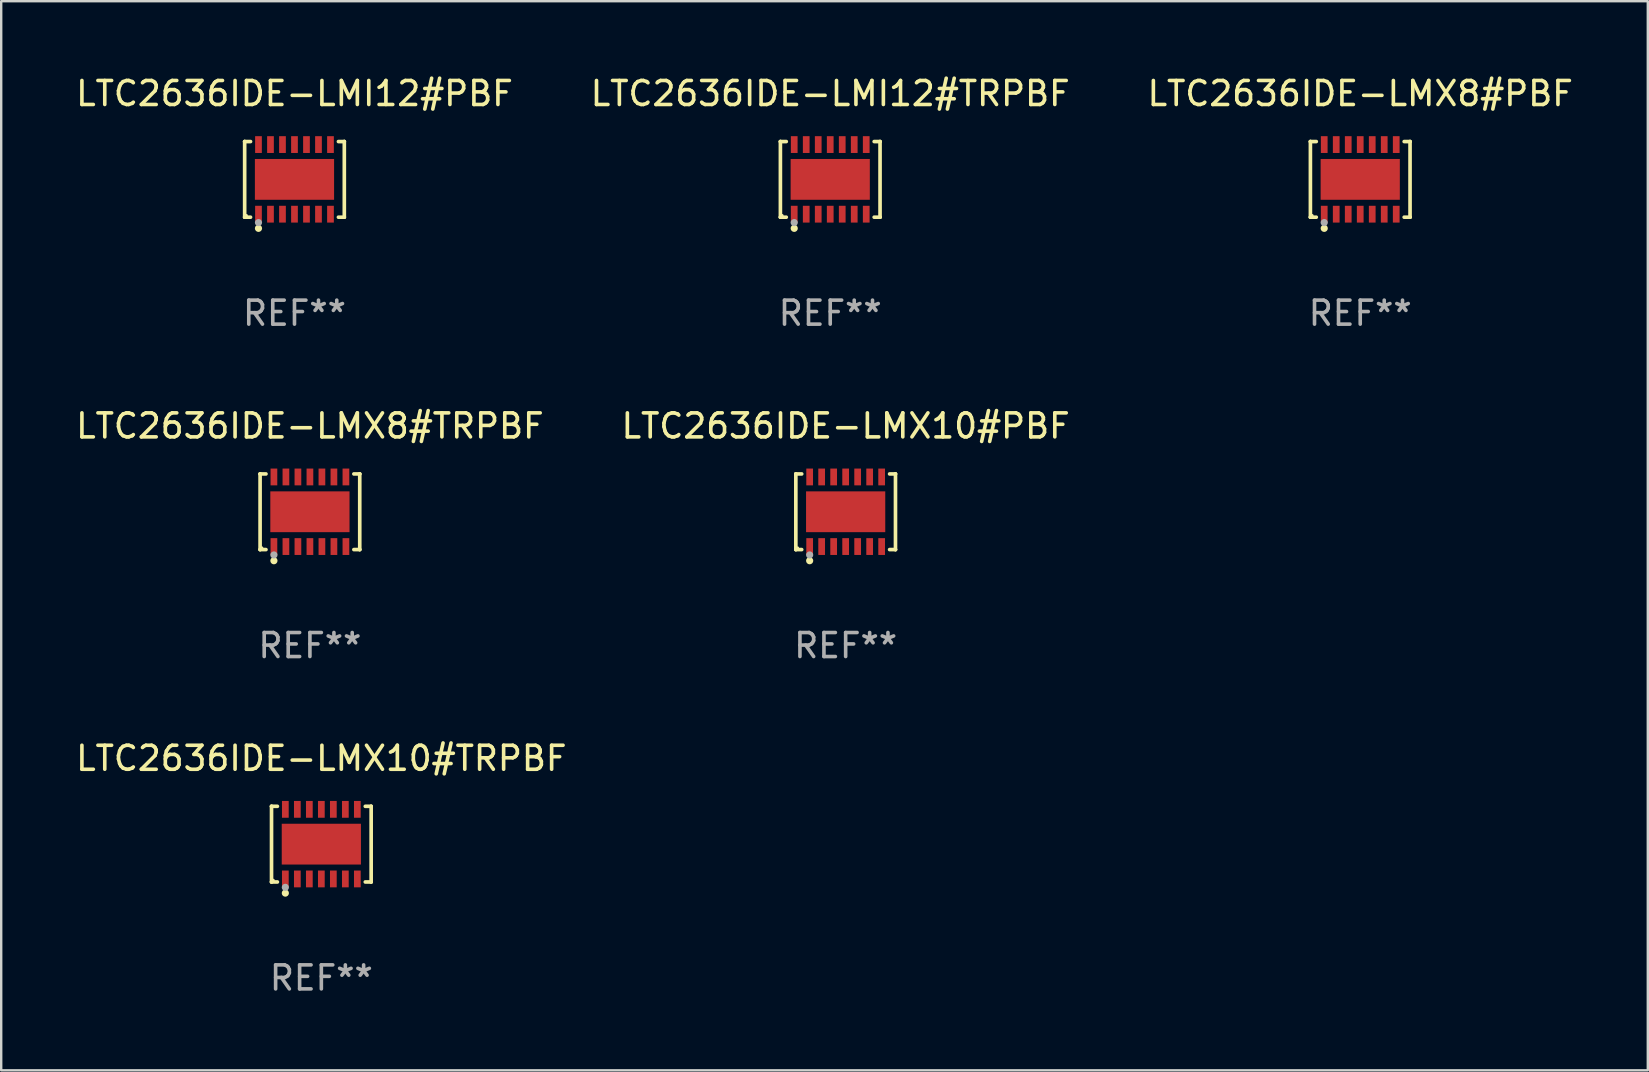
<source format=kicad_pcb>
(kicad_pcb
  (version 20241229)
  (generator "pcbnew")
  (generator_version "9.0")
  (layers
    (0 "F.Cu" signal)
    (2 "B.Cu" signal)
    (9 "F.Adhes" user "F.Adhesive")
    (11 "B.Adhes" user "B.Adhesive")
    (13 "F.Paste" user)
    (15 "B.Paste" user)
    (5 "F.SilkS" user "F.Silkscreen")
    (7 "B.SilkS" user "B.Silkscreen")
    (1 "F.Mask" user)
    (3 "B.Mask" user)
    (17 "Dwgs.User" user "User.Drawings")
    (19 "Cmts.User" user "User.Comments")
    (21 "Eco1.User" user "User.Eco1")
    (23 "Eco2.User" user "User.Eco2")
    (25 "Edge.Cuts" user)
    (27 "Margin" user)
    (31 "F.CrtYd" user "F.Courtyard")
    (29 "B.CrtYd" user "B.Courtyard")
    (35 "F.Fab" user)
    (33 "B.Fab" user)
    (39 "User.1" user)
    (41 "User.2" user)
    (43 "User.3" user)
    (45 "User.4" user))
  (footprint "LTC2636IDE-LMX8#TRPBF"
    (layer "F.Cu")
    (at 9.863 18.273)
    (property "Reference" "LTC2636IDE-LMX8#TRPBF" (at 0 -3.576 0) (layer "F.SilkS") (effects (font (size 1 1) (thickness 0.15))))
    (attr through_hole)
    (fp_line (start -2.076 -1.576) (end -2.076 -1.576) (stroke (width 0.152) (type solid)) (layer "F.SilkS"))
    (fp_line (start -2.076 -1.576) (end -1.831 -1.576) (stroke (width 0.152) (type solid)) (layer "F.SilkS"))
    (fp_line (start -2.076 1.576) (end -2.076 -1.576) (stroke (width 0.152) (type solid)) (layer "F.SilkS"))
    (fp_line (start -2.076 1.576) (end -2.076 1.576) (stroke (width 0.152) (type solid)) (layer "F.SilkS"))
    (fp_line (start -1.831 1.576) (end -2.076 1.576) (stroke (width 0.152) (type solid)) (layer "F.SilkS"))
    (fp_line (start 1.831 1.576) (end 2.076 1.576) (stroke (width 0.152) (type solid)) (layer "F.SilkS"))
    (fp_line (start 2.076 -1.576) (end 1.831 -1.576) (stroke (width 0.152) (type solid)) (layer "F.SilkS"))
    (fp_line (start 2.076 -1.576) (end 2.076 -1.576) (stroke (width 0.152) (type solid)) (layer "F.SilkS"))
    (fp_line (start 2.076 1.576) (end 2.076 -1.576) (stroke (width 0.152) (type solid)) (layer "F.SilkS"))
    (fp_line (start 2.076 1.576) (end 2.076 1.576) (stroke (width 0.152) (type solid)) (layer "F.SilkS"))
    (fp_circle (center -2 1.5) (end -1.97 1.5) (stroke (width 0.06) (type solid)) (fill no) (layer "F.SilkS"))
    (fp_circle (center -1.5 2.04) (end -1.425 2.04) (stroke (width 0.15) (type solid)) (fill no) (layer "F.SilkS"))
    (fp_circle (center -1.5 1.8) (end -1.425 1.8) (stroke (width 0.15) (type solid)) (fill no) (layer "F.Fab"))
    (fp_text user "REF**" (at 0 5.576 0) (layer "F.Fab") (effects (font (size 1 1) (thickness 0.15))))
    (pad "1" smd rect (at -1.5 1.45) (size 0.28 0.7) (layers "F.Cu" "F.Mask" "F.Paste"))
    (pad "2" smd rect (at -1 1.45) (size 0.28 0.7) (layers "F.Cu" "F.Mask" "F.Paste"))
    (pad "3" smd rect (at -0.5 1.45) (size 0.28 0.7) (layers "F.Cu" "F.Mask" "F.Paste"))
    (pad "4" smd rect (at 0 1.45) (size 0.28 0.7) (layers "F.Cu" "F.Mask" "F.Paste"))
    (pad "5" smd rect (at 0.5 1.45) (size 0.28 0.7) (layers "F.Cu" "F.Mask" "F.Paste"))
    (pad "6" smd rect (at 1 1.45) (size 0.28 0.7) (layers "F.Cu" "F.Mask" "F.Paste"))
    (pad "7" smd rect (at 1.5 1.45) (size 0.28 0.7) (layers "F.Cu" "F.Mask" "F.Paste"))
    (pad "8" smd rect (at 1.5 -1.45) (size 0.28 0.7) (layers "F.Cu" "F.Mask" "F.Paste"))
    (pad "9" smd rect (at 1 -1.45) (size 0.28 0.7) (layers "F.Cu" "F.Mask" "F.Paste"))
    (pad "10" smd rect (at 0.5 -1.45) (size 0.28 0.7) (layers "F.Cu" "F.Mask" "F.Paste"))
    (pad "11" smd rect (at 0 -1.45) (size 0.28 0.7) (layers "F.Cu" "F.Mask" "F.Paste"))
    (pad "12" smd rect (at -0.5 -1.45) (size 0.28 0.7) (layers "F.Cu" "F.Mask" "F.Paste"))
    (pad "13" smd rect (at -1 -1.45) (size 0.28 0.7) (layers "F.Cu" "F.Mask" "F.Paste"))
    (pad "14" smd rect (at -1.5 -1.45) (size 0.28 0.7) (layers "F.Cu" "F.Mask" "F.Paste"))
    (pad "15" smd rect (at 0 0) (size 3.3 1.7) (layers "F.Cu" "F.Mask" "F.Paste")))
  (footprint "LTC2636IDE-LMX8#PBF"
    (layer "F.Cu")
    (at 53.625 4.424)
    (property "Reference" "LTC2636IDE-LMX8#PBF" (at 0 -3.576 0) (layer "F.SilkS") (effects (font (size 1 1) (thickness 0.15))))
    (attr through_hole)
    (fp_line (start -2.076 -1.576) (end -2.076 -1.576) (stroke (width 0.152) (type solid)) (layer "F.SilkS"))
    (fp_line (start -2.076 -1.576) (end -1.831 -1.576) (stroke (width 0.152) (type solid)) (layer "F.SilkS"))
    (fp_line (start -2.076 1.576) (end -2.076 -1.576) (stroke (width 0.152) (type solid)) (layer "F.SilkS"))
    (fp_line (start -2.076 1.576) (end -2.076 1.576) (stroke (width 0.152) (type solid)) (layer "F.SilkS"))
    (fp_line (start -1.831 1.576) (end -2.076 1.576) (stroke (width 0.152) (type solid)) (layer "F.SilkS"))
    (fp_line (start 1.831 1.576) (end 2.076 1.576) (stroke (width 0.152) (type solid)) (layer "F.SilkS"))
    (fp_line (start 2.076 -1.576) (end 1.831 -1.576) (stroke (width 0.152) (type solid)) (layer "F.SilkS"))
    (fp_line (start 2.076 -1.576) (end 2.076 -1.576) (stroke (width 0.152) (type solid)) (layer "F.SilkS"))
    (fp_line (start 2.076 1.576) (end 2.076 -1.576) (stroke (width 0.152) (type solid)) (layer "F.SilkS"))
    (fp_line (start 2.076 1.576) (end 2.076 1.576) (stroke (width 0.152) (type solid)) (layer "F.SilkS"))
    (fp_circle (center -2 1.5) (end -1.97 1.5) (stroke (width 0.06) (type solid)) (fill no) (layer "F.SilkS"))
    (fp_circle (center -1.5 2.04) (end -1.425 2.04) (stroke (width 0.15) (type solid)) (fill no) (layer "F.SilkS"))
    (fp_circle (center -1.5 1.8) (end -1.425 1.8) (stroke (width 0.15) (type solid)) (fill no) (layer "F.Fab"))
    (fp_text user "REF**" (at 0 5.576 0) (layer "F.Fab") (effects (font (size 1 1) (thickness 0.15))))
    (pad "1" smd rect (at -1.5 1.45) (size 0.28 0.7) (layers "F.Cu" "F.Mask" "F.Paste"))
    (pad "2" smd rect (at -1 1.45) (size 0.28 0.7) (layers "F.Cu" "F.Mask" "F.Paste"))
    (pad "3" smd rect (at -0.5 1.45) (size 0.28 0.7) (layers "F.Cu" "F.Mask" "F.Paste"))
    (pad "4" smd rect (at 0 1.45) (size 0.28 0.7) (layers "F.Cu" "F.Mask" "F.Paste"))
    (pad "5" smd rect (at 0.5 1.45) (size 0.28 0.7) (layers "F.Cu" "F.Mask" "F.Paste"))
    (pad "6" smd rect (at 1 1.45) (size 0.28 0.7) (layers "F.Cu" "F.Mask" "F.Paste"))
    (pad "7" smd rect (at 1.5 1.45) (size 0.28 0.7) (layers "F.Cu" "F.Mask" "F.Paste"))
    (pad "8" smd rect (at 1.5 -1.45) (size 0.28 0.7) (layers "F.Cu" "F.Mask" "F.Paste"))
    (pad "9" smd rect (at 1 -1.45) (size 0.28 0.7) (layers "F.Cu" "F.Mask" "F.Paste"))
    (pad "10" smd rect (at 0.5 -1.45) (size 0.28 0.7) (layers "F.Cu" "F.Mask" "F.Paste"))
    (pad "11" smd rect (at 0 -1.45) (size 0.28 0.7) (layers "F.Cu" "F.Mask" "F.Paste"))
    (pad "12" smd rect (at -0.5 -1.45) (size 0.28 0.7) (layers "F.Cu" "F.Mask" "F.Paste"))
    (pad "13" smd rect (at -1 -1.45) (size 0.28 0.7) (layers "F.Cu" "F.Mask" "F.Paste"))
    (pad "14" smd rect (at -1.5 -1.45) (size 0.28 0.7) (layers "F.Cu" "F.Mask" "F.Paste"))
    (pad "15" smd rect (at 0 0) (size 3.3 1.7) (layers "F.Cu" "F.Mask" "F.Paste")))
  (footprint "LTC2636IDE-LMI12#PBF"
    (layer "F.Cu")
    (at 9.22 4.424)
    (property "Reference" "LTC2636IDE-LMI12#PBF" (at 0 -3.576 0) (layer "F.SilkS") (effects (font (size 1 1) (thickness 0.15))))
    (attr through_hole)
    (fp_line (start -2.076 -1.576) (end -2.076 -1.576) (stroke (width 0.152) (type solid)) (layer "F.SilkS"))
    (fp_line (start -2.076 -1.576) (end -1.831 -1.576) (stroke (width 0.152) (type solid)) (layer "F.SilkS"))
    (fp_line (start -2.076 1.576) (end -2.076 -1.576) (stroke (width 0.152) (type solid)) (layer "F.SilkS"))
    (fp_line (start -2.076 1.576) (end -2.076 1.576) (stroke (width 0.152) (type solid)) (layer "F.SilkS"))
    (fp_line (start -1.831 1.576) (end -2.076 1.576) (stroke (width 0.152) (type solid)) (layer "F.SilkS"))
    (fp_line (start 1.831 1.576) (end 2.076 1.576) (stroke (width 0.152) (type solid)) (layer "F.SilkS"))
    (fp_line (start 2.076 -1.576) (end 1.831 -1.576) (stroke (width 0.152) (type solid)) (layer "F.SilkS"))
    (fp_line (start 2.076 -1.576) (end 2.076 -1.576) (stroke (width 0.152) (type solid)) (layer "F.SilkS"))
    (fp_line (start 2.076 1.576) (end 2.076 -1.576) (stroke (width 0.152) (type solid)) (layer "F.SilkS"))
    (fp_line (start 2.076 1.576) (end 2.076 1.576) (stroke (width 0.152) (type solid)) (layer "F.SilkS"))
    (fp_circle (center -2 1.5) (end -1.97 1.5) (stroke (width 0.06) (type solid)) (fill no) (layer "F.SilkS"))
    (fp_circle (center -1.5 2.04) (end -1.425 2.04) (stroke (width 0.15) (type solid)) (fill no) (layer "F.SilkS"))
    (fp_circle (center -1.5 1.8) (end -1.425 1.8) (stroke (width 0.15) (type solid)) (fill no) (layer "F.Fab"))
    (fp_text user "REF**" (at 0 5.576 0) (layer "F.Fab") (effects (font (size 1 1) (thickness 0.15))))
    (pad "1" smd rect (at -1.5 1.45) (size 0.28 0.7) (layers "F.Cu" "F.Mask" "F.Paste"))
    (pad "2" smd rect (at -1 1.45) (size 0.28 0.7) (layers "F.Cu" "F.Mask" "F.Paste"))
    (pad "3" smd rect (at -0.5 1.45) (size 0.28 0.7) (layers "F.Cu" "F.Mask" "F.Paste"))
    (pad "4" smd rect (at 0 1.45) (size 0.28 0.7) (layers "F.Cu" "F.Mask" "F.Paste"))
    (pad "5" smd rect (at 0.5 1.45) (size 0.28 0.7) (layers "F.Cu" "F.Mask" "F.Paste"))
    (pad "6" smd rect (at 1 1.45) (size 0.28 0.7) (layers "F.Cu" "F.Mask" "F.Paste"))
    (pad "7" smd rect (at 1.5 1.45) (size 0.28 0.7) (layers "F.Cu" "F.Mask" "F.Paste"))
    (pad "8" smd rect (at 1.5 -1.45) (size 0.28 0.7) (layers "F.Cu" "F.Mask" "F.Paste"))
    (pad "9" smd rect (at 1 -1.45) (size 0.28 0.7) (layers "F.Cu" "F.Mask" "F.Paste"))
    (pad "10" smd rect (at 0.5 -1.45) (size 0.28 0.7) (layers "F.Cu" "F.Mask" "F.Paste"))
    (pad "11" smd rect (at 0 -1.45) (size 0.28 0.7) (layers "F.Cu" "F.Mask" "F.Paste"))
    (pad "12" smd rect (at -0.5 -1.45) (size 0.28 0.7) (layers "F.Cu" "F.Mask" "F.Paste"))
    (pad "13" smd rect (at -1 -1.45) (size 0.28 0.7) (layers "F.Cu" "F.Mask" "F.Paste"))
    (pad "14" smd rect (at -1.5 -1.45) (size 0.28 0.7) (layers "F.Cu" "F.Mask" "F.Paste"))
    (pad "15" smd rect (at 0 0) (size 3.3 1.7) (layers "F.Cu" "F.Mask" "F.Paste")))
  (footprint "LTC2636IDE-LMI12#TRPBF"
    (layer "F.Cu")
    (at 31.542 4.424)
    (property "Reference" "LTC2636IDE-LMI12#TRPBF" (at 0 -3.576 0) (layer "F.SilkS") (effects (font (size 1 1) (thickness 0.15))))
    (attr through_hole)
    (fp_line (start -2.076 -1.576) (end -2.076 -1.576) (stroke (width 0.152) (type solid)) (layer "F.SilkS"))
    (fp_line (start -2.076 -1.576) (end -1.831 -1.576) (stroke (width 0.152) (type solid)) (layer "F.SilkS"))
    (fp_line (start -2.076 1.576) (end -2.076 -1.576) (stroke (width 0.152) (type solid)) (layer "F.SilkS"))
    (fp_line (start -2.076 1.576) (end -2.076 1.576) (stroke (width 0.152) (type solid)) (layer "F.SilkS"))
    (fp_line (start -1.831 1.576) (end -2.076 1.576) (stroke (width 0.152) (type solid)) (layer "F.SilkS"))
    (fp_line (start 1.831 1.576) (end 2.076 1.576) (stroke (width 0.152) (type solid)) (layer "F.SilkS"))
    (fp_line (start 2.076 -1.576) (end 1.831 -1.576) (stroke (width 0.152) (type solid)) (layer "F.SilkS"))
    (fp_line (start 2.076 -1.576) (end 2.076 -1.576) (stroke (width 0.152) (type solid)) (layer "F.SilkS"))
    (fp_line (start 2.076 1.576) (end 2.076 -1.576) (stroke (width 0.152) (type solid)) (layer "F.SilkS"))
    (fp_line (start 2.076 1.576) (end 2.076 1.576) (stroke (width 0.152) (type solid)) (layer "F.SilkS"))
    (fp_circle (center -2 1.5) (end -1.97 1.5) (stroke (width 0.06) (type solid)) (fill no) (layer "F.SilkS"))
    (fp_circle (center -1.5 2.04) (end -1.425 2.04) (stroke (width 0.15) (type solid)) (fill no) (layer "F.SilkS"))
    (fp_circle (center -1.5 1.8) (end -1.425 1.8) (stroke (width 0.15) (type solid)) (fill no) (layer "F.Fab"))
    (fp_text user "REF**" (at 0 5.576 0) (layer "F.Fab") (effects (font (size 1 1) (thickness 0.15))))
    (pad "1" smd rect (at -1.5 1.45) (size 0.28 0.7) (layers "F.Cu" "F.Mask" "F.Paste"))
    (pad "2" smd rect (at -1 1.45) (size 0.28 0.7) (layers "F.Cu" "F.Mask" "F.Paste"))
    (pad "3" smd rect (at -0.5 1.45) (size 0.28 0.7) (layers "F.Cu" "F.Mask" "F.Paste"))
    (pad "4" smd rect (at 0 1.45) (size 0.28 0.7) (layers "F.Cu" "F.Mask" "F.Paste"))
    (pad "5" smd rect (at 0.5 1.45) (size 0.28 0.7) (layers "F.Cu" "F.Mask" "F.Paste"))
    (pad "6" smd rect (at 1 1.45) (size 0.28 0.7) (layers "F.Cu" "F.Mask" "F.Paste"))
    (pad "7" smd rect (at 1.5 1.45) (size 0.28 0.7) (layers "F.Cu" "F.Mask" "F.Paste"))
    (pad "8" smd rect (at 1.5 -1.45) (size 0.28 0.7) (layers "F.Cu" "F.Mask" "F.Paste"))
    (pad "9" smd rect (at 1 -1.45) (size 0.28 0.7) (layers "F.Cu" "F.Mask" "F.Paste"))
    (pad "10" smd rect (at 0.5 -1.45) (size 0.28 0.7) (layers "F.Cu" "F.Mask" "F.Paste"))
    (pad "11" smd rect (at 0 -1.45) (size 0.28 0.7) (layers "F.Cu" "F.Mask" "F.Paste"))
    (pad "12" smd rect (at -0.5 -1.45) (size 0.28 0.7) (layers "F.Cu" "F.Mask" "F.Paste"))
    (pad "13" smd rect (at -1 -1.45) (size 0.28 0.7) (layers "F.Cu" "F.Mask" "F.Paste"))
    (pad "14" smd rect (at -1.5 -1.45) (size 0.28 0.7) (layers "F.Cu" "F.Mask" "F.Paste"))
    (pad "15" smd rect (at 0 0) (size 3.3 1.7) (layers "F.Cu" "F.Mask" "F.Paste")))
  (footprint "LTC2636IDE-LMX10#PBF"
    (layer "F.Cu")
    (at 32.185 18.273)
    (property "Reference" "LTC2636IDE-LMX10#PBF" (at 0 -3.576 0) (layer "F.SilkS") (effects (font (size 1 1) (thickness 0.15))))
    (attr through_hole)
    (fp_line (start -2.076 -1.576) (end -2.076 -1.576) (stroke (width 0.152) (type solid)) (layer "F.SilkS"))
    (fp_line (start -2.076 -1.576) (end -1.831 -1.576) (stroke (width 0.152) (type solid)) (layer "F.SilkS"))
    (fp_line (start -2.076 1.576) (end -2.076 -1.576) (stroke (width 0.152) (type solid)) (layer "F.SilkS"))
    (fp_line (start -2.076 1.576) (end -2.076 1.576) (stroke (width 0.152) (type solid)) (layer "F.SilkS"))
    (fp_line (start -1.831 1.576) (end -2.076 1.576) (stroke (width 0.152) (type solid)) (layer "F.SilkS"))
    (fp_line (start 1.831 1.576) (end 2.076 1.576) (stroke (width 0.152) (type solid)) (layer "F.SilkS"))
    (fp_line (start 2.076 -1.576) (end 1.831 -1.576) (stroke (width 0.152) (type solid)) (layer "F.SilkS"))
    (fp_line (start 2.076 -1.576) (end 2.076 -1.576) (stroke (width 0.152) (type solid)) (layer "F.SilkS"))
    (fp_line (start 2.076 1.576) (end 2.076 -1.576) (stroke (width 0.152) (type solid)) (layer "F.SilkS"))
    (fp_line (start 2.076 1.576) (end 2.076 1.576) (stroke (width 0.152) (type solid)) (layer "F.SilkS"))
    (fp_circle (center -2 1.5) (end -1.97 1.5) (stroke (width 0.06) (type solid)) (fill no) (layer "F.SilkS"))
    (fp_circle (center -1.5 2.04) (end -1.425 2.04) (stroke (width 0.15) (type solid)) (fill no) (layer "F.SilkS"))
    (fp_circle (center -1.5 1.8) (end -1.425 1.8) (stroke (width 0.15) (type solid)) (fill no) (layer "F.Fab"))
    (fp_text user "REF**" (at 0 5.576 0) (layer "F.Fab") (effects (font (size 1 1) (thickness 0.15))))
    (pad "1" smd rect (at -1.5 1.45) (size 0.28 0.7) (layers "F.Cu" "F.Mask" "F.Paste"))
    (pad "2" smd rect (at -1 1.45) (size 0.28 0.7) (layers "F.Cu" "F.Mask" "F.Paste"))
    (pad "3" smd rect (at -0.5 1.45) (size 0.28 0.7) (layers "F.Cu" "F.Mask" "F.Paste"))
    (pad "4" smd rect (at 0 1.45) (size 0.28 0.7) (layers "F.Cu" "F.Mask" "F.Paste"))
    (pad "5" smd rect (at 0.5 1.45) (size 0.28 0.7) (layers "F.Cu" "F.Mask" "F.Paste"))
    (pad "6" smd rect (at 1 1.45) (size 0.28 0.7) (layers "F.Cu" "F.Mask" "F.Paste"))
    (pad "7" smd rect (at 1.5 1.45) (size 0.28 0.7) (layers "F.Cu" "F.Mask" "F.Paste"))
    (pad "8" smd rect (at 1.5 -1.45) (size 0.28 0.7) (layers "F.Cu" "F.Mask" "F.Paste"))
    (pad "9" smd rect (at 1 -1.45) (size 0.28 0.7) (layers "F.Cu" "F.Mask" "F.Paste"))
    (pad "10" smd rect (at 0.5 -1.45) (size 0.28 0.7) (layers "F.Cu" "F.Mask" "F.Paste"))
    (pad "11" smd rect (at 0 -1.45) (size 0.28 0.7) (layers "F.Cu" "F.Mask" "F.Paste"))
    (pad "12" smd rect (at -0.5 -1.45) (size 0.28 0.7) (layers "F.Cu" "F.Mask" "F.Paste"))
    (pad "13" smd rect (at -1 -1.45) (size 0.28 0.7) (layers "F.Cu" "F.Mask" "F.Paste"))
    (pad "14" smd rect (at -1.5 -1.45) (size 0.28 0.7) (layers "F.Cu" "F.Mask" "F.Paste"))
    (pad "15" smd rect (at 0 0) (size 3.3 1.7) (layers "F.Cu" "F.Mask" "F.Paste")))
  (footprint "LTC2636IDE-LMX10#TRPBF"
    (layer "F.Cu")
    (at 10.339 32.122)
    (property "Reference" "LTC2636IDE-LMX10#TRPBF" (at 0 -3.576 0) (layer "F.SilkS") (effects (font (size 1 1) (thickness 0.15))))
    (attr through_hole)
    (fp_line (start -2.076 -1.576) (end -2.076 -1.576) (stroke (width 0.152) (type solid)) (layer "F.SilkS"))
    (fp_line (start -2.076 -1.576) (end -1.831 -1.576) (stroke (width 0.152) (type solid)) (layer "F.SilkS"))
    (fp_line (start -2.076 1.576) (end -2.076 -1.576) (stroke (width 0.152) (type solid)) (layer "F.SilkS"))
    (fp_line (start -2.076 1.576) (end -2.076 1.576) (stroke (width 0.152) (type solid)) (layer "F.SilkS"))
    (fp_line (start -1.831 1.576) (end -2.076 1.576) (stroke (width 0.152) (type solid)) (layer "F.SilkS"))
    (fp_line (start 1.831 1.576) (end 2.076 1.576) (stroke (width 0.152) (type solid)) (layer "F.SilkS"))
    (fp_line (start 2.076 -1.576) (end 1.831 -1.576) (stroke (width 0.152) (type solid)) (layer "F.SilkS"))
    (fp_line (start 2.076 -1.576) (end 2.076 -1.576) (stroke (width 0.152) (type solid)) (layer "F.SilkS"))
    (fp_line (start 2.076 1.576) (end 2.076 -1.576) (stroke (width 0.152) (type solid)) (layer "F.SilkS"))
    (fp_line (start 2.076 1.576) (end 2.076 1.576) (stroke (width 0.152) (type solid)) (layer "F.SilkS"))
    (fp_circle (center -2 1.5) (end -1.97 1.5) (stroke (width 0.06) (type solid)) (fill no) (layer "F.SilkS"))
    (fp_circle (center -1.5 2.04) (end -1.425 2.04) (stroke (width 0.15) (type solid)) (fill no) (layer "F.SilkS"))
    (fp_circle (center -1.5 1.8) (end -1.425 1.8) (stroke (width 0.15) (type solid)) (fill no) (layer "F.Fab"))
    (fp_text user "REF**" (at 0 5.576 0) (layer "F.Fab") (effects (font (size 1 1) (thickness 0.15))))
    (pad "1" smd rect (at -1.5 1.45) (size 0.28 0.7) (layers "F.Cu" "F.Mask" "F.Paste"))
    (pad "2" smd rect (at -1 1.45) (size 0.28 0.7) (layers "F.Cu" "F.Mask" "F.Paste"))
    (pad "3" smd rect (at -0.5 1.45) (size 0.28 0.7) (layers "F.Cu" "F.Mask" "F.Paste"))
    (pad "4" smd rect (at 0 1.45) (size 0.28 0.7) (layers "F.Cu" "F.Mask" "F.Paste"))
    (pad "5" smd rect (at 0.5 1.45) (size 0.28 0.7) (layers "F.Cu" "F.Mask" "F.Paste"))
    (pad "6" smd rect (at 1 1.45) (size 0.28 0.7) (layers "F.Cu" "F.Mask" "F.Paste"))
    (pad "7" smd rect (at 1.5 1.45) (size 0.28 0.7) (layers "F.Cu" "F.Mask" "F.Paste"))
    (pad "8" smd rect (at 1.5 -1.45) (size 0.28 0.7) (layers "F.Cu" "F.Mask" "F.Paste"))
    (pad "9" smd rect (at 1 -1.45) (size 0.28 0.7) (layers "F.Cu" "F.Mask" "F.Paste"))
    (pad "10" smd rect (at 0.5 -1.45) (size 0.28 0.7) (layers "F.Cu" "F.Mask" "F.Paste"))
    (pad "11" smd rect (at 0 -1.45) (size 0.28 0.7) (layers "F.Cu" "F.Mask" "F.Paste"))
    (pad "12" smd rect (at -0.5 -1.45) (size 0.28 0.7) (layers "F.Cu" "F.Mask" "F.Paste"))
    (pad "13" smd rect (at -1 -1.45) (size 0.28 0.7) (layers "F.Cu" "F.Mask" "F.Paste"))
    (pad "14" smd rect (at -1.5 -1.45) (size 0.28 0.7) (layers "F.Cu" "F.Mask" "F.Paste"))
    (pad "15" smd rect (at 0 0) (size 3.3 1.7) (layers "F.Cu" "F.Mask" "F.Paste")))
  (gr_rect
    (start -3 -3)
    (end 65.607 41.547)
    (stroke (width 0.1) (type default))
    (fill no)
    (layer "Edge.Cuts")))
</source>
